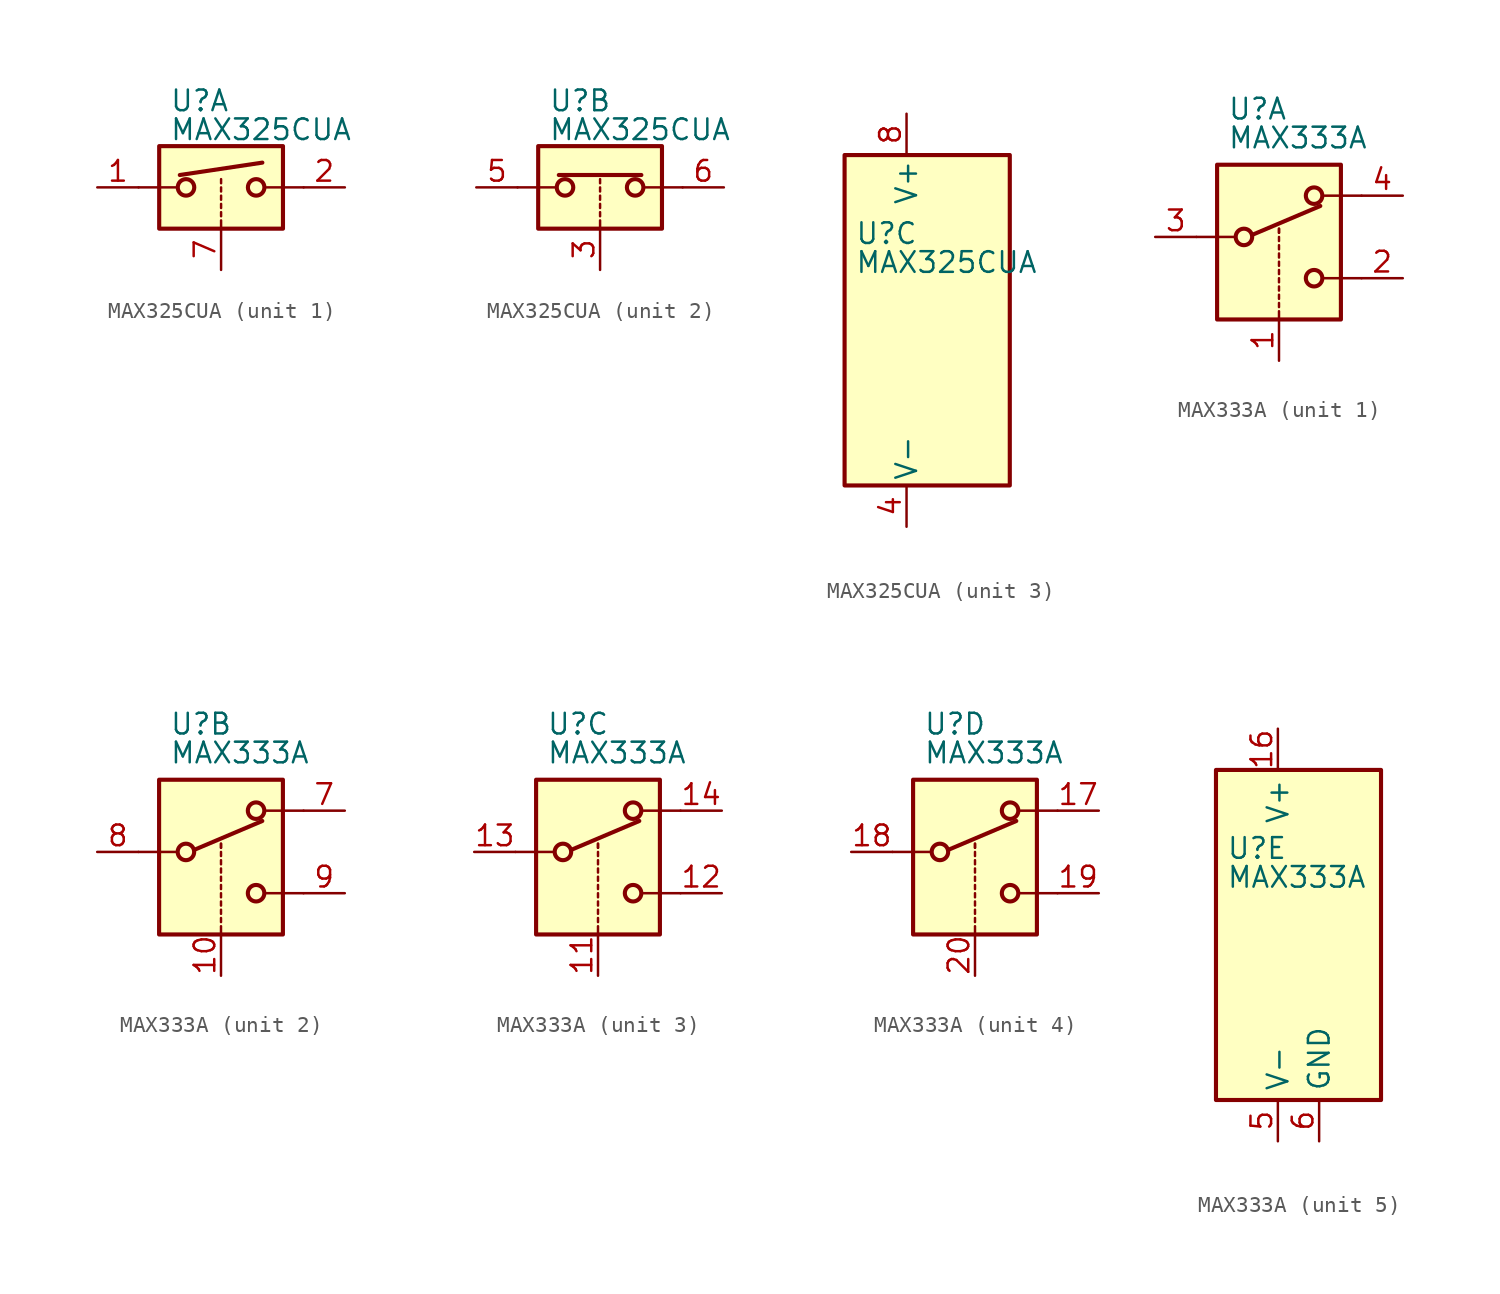
<source format=kicad_sym>
(kicad_symbol_lib
  (version 20201005)
  (generator kicad_symbol_editor)
  (symbol "MAX325CUA"
    (pin_names
      (offset 0.254))
    (property "Reference" "U"
      (at -3.175 5.334 0)
      (effects (font (size 1.27 1.27)) (justify left)))
    (property "Value" "MAX325CUA"
      (at -3.175 3.556 0)
      (effects (font (size 1.27 1.27)) (justify left)))
    (symbol "MAX325CUA_1_1"
      (circle (center -2.159 0) (radius 0.508) (stroke (width 0.254)) (fill (type none)))
      (circle (center 2.159 0) (radius 0.508) (stroke (width 0.254)) (fill (type none)))
      (rectangle (start -3.81 2.54) (end 3.81 -2.54) (stroke (width 0.254)) (fill (type background)))
      (polyline (pts (xy -5.08 0) (xy -2.794 0)) (stroke (width 0)) (fill (type none)))
      (polyline (pts (xy -2.54 0.762) (xy 2.54 1.524)) (stroke (width 0.254)) (fill (type none)))
      (polyline (pts (xy 0 -2.54) (xy 0 -2.032)) (stroke (width 0)) (fill (type none)))
      (polyline (pts (xy 0 -1.778) (xy 0 -1.524)) (stroke (width 0)) (fill (type none)))
      (polyline (pts (xy 0 -1.27) (xy 0 -1.016)) (stroke (width 0)) (fill (type none)))
      (polyline (pts (xy 0 -0.762) (xy 0 -0.508)) (stroke (width 0)) (fill (type none)))
      (polyline (pts (xy 0 -0.254) (xy 0 0)) (stroke (width 0)) (fill (type none)))
      (polyline (pts (xy 0 0.254) (xy 0 0.508)) (stroke (width 0)) (fill (type none)))
      (polyline (pts (xy 5.08 0) (xy 2.794 0)) (stroke (width 0)) (fill (type none)))
      (pin passive line (at -7.62 0 0) (length 2.54) (name "~" (effects (font (size 1.27 1.27)))) (number "1" (effects (font (size 1.27 1.27)))))
      (pin passive line (at 7.62 0 180) (length 2.54) (name "~" (effects (font (size 1.27 1.27)))) (number "2" (effects (font (size 1.27 1.27)))))
      (pin input line (at 0 -5.08 90) (length 2.54) (name "~" (effects (font (size 1.27 1.27)))) (number "7" (effects (font (size 1.27 1.27))))))
    (symbol "MAX325CUA_2_1"
      (circle (center -2.159 0) (radius 0.508) (stroke (width 0.254)) (fill (type none)))
      (circle (center 2.159 0) (radius 0.508) (stroke (width 0.254)) (fill (type none)))
      (rectangle (start -3.81 2.54) (end 3.81 -2.54) (stroke (width 0.254)) (fill (type background)))
      (polyline (pts (xy -5.08 0) (xy -2.794 0)) (stroke (width 0)) (fill (type none)))
      (polyline (pts (xy -2.54 0.762) (xy 2.54 0.762)) (stroke (width 0.254)) (fill (type none)))
      (polyline (pts (xy 0 -2.54) (xy 0 -2.032)) (stroke (width 0)) (fill (type none)))
      (polyline (pts (xy 0 -1.778) (xy 0 -1.524)) (stroke (width 0)) (fill (type none)))
      (polyline (pts (xy 0 -1.27) (xy 0 -1.016)) (stroke (width 0)) (fill (type none)))
      (polyline (pts (xy 0 -0.762) (xy 0 -0.508)) (stroke (width 0)) (fill (type none)))
      (polyline (pts (xy 0 -0.254) (xy 0 0)) (stroke (width 0)) (fill (type none)))
      (polyline (pts (xy 0 0.254) (xy 0 0.508)) (stroke (width 0)) (fill (type none)))
      (polyline (pts (xy 5.08 0) (xy 2.794 0)) (stroke (width 0)) (fill (type none)))
      (pin input line (at 0 -5.08 90) (length 2.54) (name "~" (effects (font (size 1.27 1.27)))) (number "3" (effects (font (size 1.27 1.27)))))
      (pin passive line (at -7.62 0 0) (length 2.54) (name "~" (effects (font (size 1.27 1.27)))) (number "5" (effects (font (size 1.27 1.27)))))
      (pin passive line (at 7.62 0 180) (length 2.54) (name "~" (effects (font (size 1.27 1.27)))) (number "6" (effects (font (size 1.27 1.27))))))
    (symbol "MAX325CUA_3_0"
      (pin power_in line (at 0 -12.7 90) (length 2.54) (name "V-" (effects (font (size 1.27 1.27)))) (number "4" (effects (font (size 1.27 1.27)))))
      (pin power_in line (at 0 12.7 270) (length 2.54) (name "V+" (effects (font (size 1.27 1.27)))) (number "8" (effects (font (size 1.27 1.27))))))
    (symbol "MAX325CUA_3_1"
      (rectangle (start -3.81 10.16) (end 6.35 -10.16) (stroke (width 0.254)) (fill (type background)))))
  (symbol "MAX333A"
    (property "Reference" "U"
      (at -3.175 5.334 0)
      (effects (font (size 1.27 1.27)) (justify left)))
    (property "Value" "MAX333A"
      (at -3.175 3.556 0)
      (effects (font (size 1.27 1.27)) (justify left)))
    (symbol "MAX333A_1_1"
      (circle (center -2.159 -2.54) (radius 0.508) (stroke (width 0.254)) (fill (type none)))
      (circle (center 2.159 -5.08) (radius 0.508) (stroke (width 0.254)) (fill (type none)))
      (circle (center 2.159 0) (radius 0.508) (stroke (width 0.254)) (fill (type none)))
      (rectangle (start -3.81 1.905) (end 3.81 -7.62) (stroke (width 0.254)) (fill (type background)))
      (polyline (pts (xy -5.08 -2.54) (xy -2.794 -2.54)) (stroke (width 0)) (fill (type none)))
      (polyline (pts (xy -1.651 -2.413) (xy 2.54 -0.635)) (stroke (width 0.254)) (fill (type none)))
      (polyline (pts (xy 0 -7.62) (xy 0 -7.112)) (stroke (width 0)) (fill (type none)))
      (polyline (pts (xy 0 -6.858) (xy 0 -6.604)) (stroke (width 0)) (fill (type none)))
      (polyline (pts (xy 0 -6.35) (xy 0 -6.096)) (stroke (width 0)) (fill (type none)))
      (polyline (pts (xy 0 -5.842) (xy 0 -5.588)) (stroke (width 0)) (fill (type none)))
      (polyline (pts (xy 0 -5.334) (xy 0 -5.08)) (stroke (width 0)) (fill (type none)))
      (polyline (pts (xy 0 -4.826) (xy 0 -4.572)) (stroke (width 0)) (fill (type none)))
      (polyline (pts (xy 0 -4.318) (xy 0 -4.064)) (stroke (width 0)) (fill (type none)))
      (polyline (pts (xy 0 -3.81) (xy 0 -3.556)) (stroke (width 0)) (fill (type none)))
      (polyline (pts (xy 0 -3.302) (xy 0 -3.048)) (stroke (width 0)) (fill (type none)))
      (polyline (pts (xy 0 -2.794) (xy 0 -2.54)) (stroke (width 0)) (fill (type none)))
      (polyline (pts (xy 0 -2.286) (xy 0 -2.032)) (stroke (width 0)) (fill (type none)))
      (polyline (pts (xy 0 -2.286) (xy 0 -2.032)) (stroke (width 0)) (fill (type none)))
      (polyline (pts (xy 5.08 -5.08) (xy 2.794 -5.08)) (stroke (width 0)) (fill (type none)))
      (polyline (pts (xy 5.08 0) (xy 2.794 0)) (stroke (width 0)) (fill (type none)))
      (pin input line (at 0 -10.16 90) (length 2.54) (name "~" (effects (font (size 1.27 1.27)))) (number "1" (effects (font (size 1.27 1.27)))))
      (pin passive line (at 7.62 -5.08 180) (length 2.54) (name "~" (effects (font (size 1.27 1.27)))) (number "2" (effects (font (size 1.27 1.27)))))
      (pin passive line (at -7.62 -2.54 0) (length 2.54) (name "~" (effects (font (size 1.27 1.27)))) (number "3" (effects (font (size 1.27 1.27)))))
      (pin passive line (at 7.62 0 180) (length 2.54) (name "~" (effects (font (size 1.27 1.27)))) (number "4" (effects (font (size 1.27 1.27))))))
    (symbol "MAX333A_2_1"
      (circle (center -2.159 -2.54) (radius 0.508) (stroke (width 0.254)) (fill (type none)))
      (circle (center 2.159 -5.08) (radius 0.508) (stroke (width 0.254)) (fill (type none)))
      (circle (center 2.159 0) (radius 0.508) (stroke (width 0.254)) (fill (type none)))
      (rectangle (start -3.81 1.905) (end 3.81 -7.62) (stroke (width 0.254)) (fill (type background)))
      (polyline (pts (xy -5.08 -2.54) (xy -2.794 -2.54)) (stroke (width 0)) (fill (type none)))
      (polyline (pts (xy -1.651 -2.413) (xy 2.54 -0.635)) (stroke (width 0.254)) (fill (type none)))
      (polyline (pts (xy 0 -7.62) (xy 0 -7.112)) (stroke (width 0)) (fill (type none)))
      (polyline (pts (xy 0 -6.858) (xy 0 -6.604)) (stroke (width 0)) (fill (type none)))
      (polyline (pts (xy 0 -6.35) (xy 0 -6.096)) (stroke (width 0)) (fill (type none)))
      (polyline (pts (xy 0 -5.842) (xy 0 -5.588)) (stroke (width 0)) (fill (type none)))
      (polyline (pts (xy 0 -5.334) (xy 0 -5.08)) (stroke (width 0)) (fill (type none)))
      (polyline (pts (xy 0 -4.826) (xy 0 -4.572)) (stroke (width 0)) (fill (type none)))
      (polyline (pts (xy 0 -4.318) (xy 0 -4.064)) (stroke (width 0)) (fill (type none)))
      (polyline (pts (xy 0 -3.81) (xy 0 -3.556)) (stroke (width 0)) (fill (type none)))
      (polyline (pts (xy 0 -3.302) (xy 0 -3.048)) (stroke (width 0)) (fill (type none)))
      (polyline (pts (xy 0 -2.794) (xy 0 -2.54)) (stroke (width 0)) (fill (type none)))
      (polyline (pts (xy 0 -2.286) (xy 0 -2.032)) (stroke (width 0)) (fill (type none)))
      (polyline (pts (xy 0 -2.286) (xy 0 -2.032)) (stroke (width 0)) (fill (type none)))
      (polyline (pts (xy 5.08 -5.08) (xy 2.794 -5.08)) (stroke (width 0)) (fill (type none)))
      (polyline (pts (xy 5.08 0) (xy 2.794 0)) (stroke (width 0)) (fill (type none)))
      (pin input line (at 0 -10.16 90) (length 2.54) (name "~" (effects (font (size 1.27 1.27)))) (number "10" (effects (font (size 1.27 1.27)))))
      (pin passive line (at 7.62 0 180) (length 2.54) (name "~" (effects (font (size 1.27 1.27)))) (number "7" (effects (font (size 1.27 1.27)))))
      (pin passive line (at -7.62 -2.54 0) (length 2.54) (name "~" (effects (font (size 1.27 1.27)))) (number "8" (effects (font (size 1.27 1.27)))))
      (pin passive line (at 7.62 -5.08 180) (length 2.54) (name "~" (effects (font (size 1.27 1.27)))) (number "9" (effects (font (size 1.27 1.27))))))
    (symbol "MAX333A_3_1"
      (circle (center -2.159 -2.54) (radius 0.508) (stroke (width 0.254)) (fill (type none)))
      (circle (center 2.159 -5.08) (radius 0.508) (stroke (width 0.254)) (fill (type none)))
      (circle (center 2.159 0) (radius 0.508) (stroke (width 0.254)) (fill (type none)))
      (rectangle (start -3.81 1.905) (end 3.81 -7.62) (stroke (width 0.254)) (fill (type background)))
      (polyline (pts (xy -5.08 -2.54) (xy -2.794 -2.54)) (stroke (width 0)) (fill (type none)))
      (polyline (pts (xy -1.651 -2.413) (xy 2.54 -0.635)) (stroke (width 0.254)) (fill (type none)))
      (polyline (pts (xy 0 -7.62) (xy 0 -7.112)) (stroke (width 0)) (fill (type none)))
      (polyline (pts (xy 0 -6.858) (xy 0 -6.604)) (stroke (width 0)) (fill (type none)))
      (polyline (pts (xy 0 -6.35) (xy 0 -6.096)) (stroke (width 0)) (fill (type none)))
      (polyline (pts (xy 0 -5.842) (xy 0 -5.588)) (stroke (width 0)) (fill (type none)))
      (polyline (pts (xy 0 -5.334) (xy 0 -5.08)) (stroke (width 0)) (fill (type none)))
      (polyline (pts (xy 0 -4.826) (xy 0 -4.572)) (stroke (width 0)) (fill (type none)))
      (polyline (pts (xy 0 -4.318) (xy 0 -4.064)) (stroke (width 0)) (fill (type none)))
      (polyline (pts (xy 0 -3.81) (xy 0 -3.556)) (stroke (width 0)) (fill (type none)))
      (polyline (pts (xy 0 -3.302) (xy 0 -3.048)) (stroke (width 0)) (fill (type none)))
      (polyline (pts (xy 0 -2.794) (xy 0 -2.54)) (stroke (width 0)) (fill (type none)))
      (polyline (pts (xy 0 -2.286) (xy 0 -2.032)) (stroke (width 0)) (fill (type none)))
      (polyline (pts (xy 0 -2.286) (xy 0 -2.032)) (stroke (width 0)) (fill (type none)))
      (polyline (pts (xy 5.08 -5.08) (xy 2.794 -5.08)) (stroke (width 0)) (fill (type none)))
      (polyline (pts (xy 5.08 0) (xy 2.794 0)) (stroke (width 0)) (fill (type none)))
      (pin input line (at 0 -10.16 90) (length 2.54) (name "~" (effects (font (size 1.27 1.27)))) (number "11" (effects (font (size 1.27 1.27)))))
      (pin passive line (at 7.62 -5.08 180) (length 2.54) (name "~" (effects (font (size 1.27 1.27)))) (number "12" (effects (font (size 1.27 1.27)))))
      (pin passive line (at -7.62 -2.54 0) (length 2.54) (name "~" (effects (font (size 1.27 1.27)))) (number "13" (effects (font (size 1.27 1.27)))))
      (pin passive line (at 7.62 0 180) (length 2.54) (name "~" (effects (font (size 1.27 1.27)))) (number "14" (effects (font (size 1.27 1.27))))))
    (symbol "MAX333A_4_1"
      (circle (center -2.159 -2.54) (radius 0.508) (stroke (width 0.254)) (fill (type none)))
      (circle (center 2.159 -5.08) (radius 0.508) (stroke (width 0.254)) (fill (type none)))
      (circle (center 2.159 0) (radius 0.508) (stroke (width 0.254)) (fill (type none)))
      (rectangle (start -3.81 1.905) (end 3.81 -7.62) (stroke (width 0.254)) (fill (type background)))
      (polyline (pts (xy -5.08 -2.54) (xy -2.794 -2.54)) (stroke (width 0)) (fill (type none)))
      (polyline (pts (xy -1.651 -2.413) (xy 2.54 -0.635)) (stroke (width 0.254)) (fill (type none)))
      (polyline (pts (xy 0 -7.62) (xy 0 -7.112)) (stroke (width 0)) (fill (type none)))
      (polyline (pts (xy 0 -6.858) (xy 0 -6.604)) (stroke (width 0)) (fill (type none)))
      (polyline (pts (xy 0 -6.35) (xy 0 -6.096)) (stroke (width 0)) (fill (type none)))
      (polyline (pts (xy 0 -5.842) (xy 0 -5.588)) (stroke (width 0)) (fill (type none)))
      (polyline (pts (xy 0 -5.334) (xy 0 -5.08)) (stroke (width 0)) (fill (type none)))
      (polyline (pts (xy 0 -4.826) (xy 0 -4.572)) (stroke (width 0)) (fill (type none)))
      (polyline (pts (xy 0 -4.318) (xy 0 -4.064)) (stroke (width 0)) (fill (type none)))
      (polyline (pts (xy 0 -3.81) (xy 0 -3.556)) (stroke (width 0)) (fill (type none)))
      (polyline (pts (xy 0 -3.302) (xy 0 -3.048)) (stroke (width 0)) (fill (type none)))
      (polyline (pts (xy 0 -2.794) (xy 0 -2.54)) (stroke (width 0)) (fill (type none)))
      (polyline (pts (xy 0 -2.286) (xy 0 -2.032)) (stroke (width 0)) (fill (type none)))
      (polyline (pts (xy 0 -2.286) (xy 0 -2.032)) (stroke (width 0)) (fill (type none)))
      (polyline (pts (xy 5.08 -5.08) (xy 2.794 -5.08)) (stroke (width 0)) (fill (type none)))
      (polyline (pts (xy 5.08 0) (xy 2.794 0)) (stroke (width 0)) (fill (type none)))
      (pin passive line (at 7.62 0 180) (length 2.54) (name "~" (effects (font (size 1.27 1.27)))) (number "17" (effects (font (size 1.27 1.27)))))
      (pin passive line (at -7.62 -2.54 0) (length 2.54) (name "~" (effects (font (size 1.27 1.27)))) (number "18" (effects (font (size 1.27 1.27)))))
      (pin passive line (at 7.62 -5.08 180) (length 2.54) (name "~" (effects (font (size 1.27 1.27)))) (number "19" (effects (font (size 1.27 1.27)))))
      (pin input line (at 0 -10.16 90) (length 2.54) (name "~" (effects (font (size 1.27 1.27)))) (number "20" (effects (font (size 1.27 1.27))))))
    (symbol "MAX333A_5_0"
      (pin no_connect line (at 2.54 10.16 270) (length 2.54) hide (name "NC" (effects (font (size 1.27 1.27)))) (number "15" (effects (font (size 1.27 1.27)))))
      (pin power_in line (at 0 12.7 270) (length 2.54) (name "V+" (effects (font (size 1.27 1.27)))) (number "16" (effects (font (size 1.27 1.27)))))
      (pin power_in line (at 0 -12.7 90) (length 2.54) (name "V-" (effects (font (size 1.27 1.27)))) (number "5" (effects (font (size 1.27 1.27)))))
      (pin power_in line (at 2.54 -12.7 90) (length 2.54) (name "GND" (effects (font (size 1.27 1.27)))) (number "6" (effects (font (size 1.27 1.27))))))
    (symbol "MAX333A_5_1"
      (rectangle (start -3.81 10.16) (end 6.35 -10.16) (stroke (width 0.254)) (fill (type background))))))
</source>
